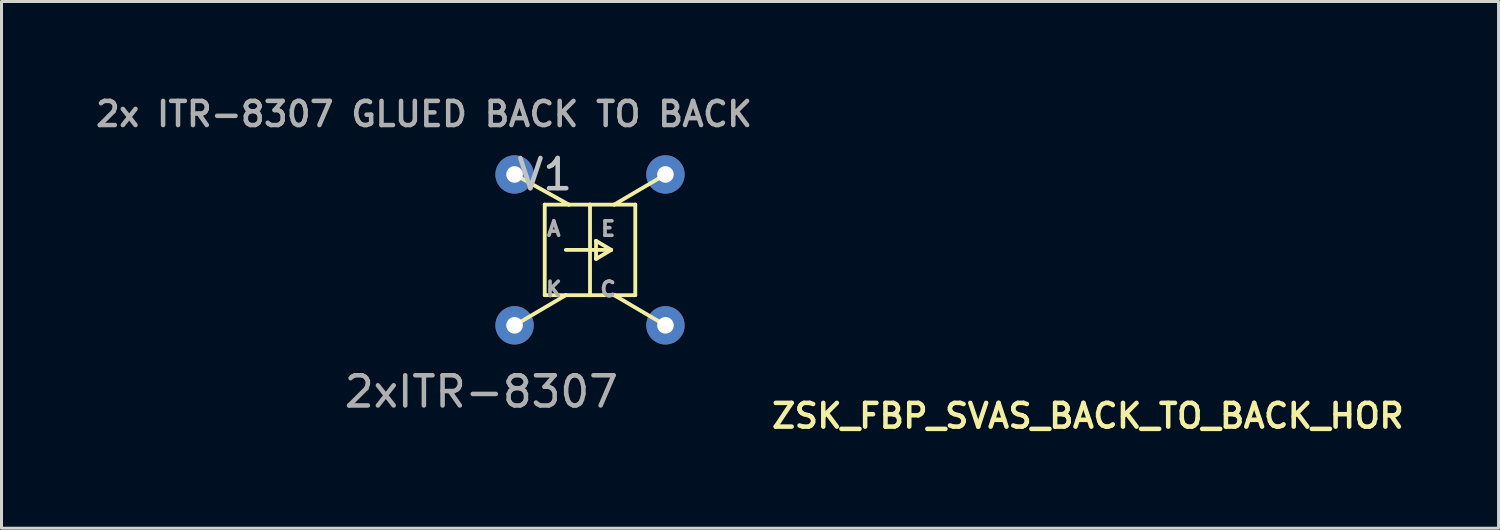
<source format=kicad_pcb>
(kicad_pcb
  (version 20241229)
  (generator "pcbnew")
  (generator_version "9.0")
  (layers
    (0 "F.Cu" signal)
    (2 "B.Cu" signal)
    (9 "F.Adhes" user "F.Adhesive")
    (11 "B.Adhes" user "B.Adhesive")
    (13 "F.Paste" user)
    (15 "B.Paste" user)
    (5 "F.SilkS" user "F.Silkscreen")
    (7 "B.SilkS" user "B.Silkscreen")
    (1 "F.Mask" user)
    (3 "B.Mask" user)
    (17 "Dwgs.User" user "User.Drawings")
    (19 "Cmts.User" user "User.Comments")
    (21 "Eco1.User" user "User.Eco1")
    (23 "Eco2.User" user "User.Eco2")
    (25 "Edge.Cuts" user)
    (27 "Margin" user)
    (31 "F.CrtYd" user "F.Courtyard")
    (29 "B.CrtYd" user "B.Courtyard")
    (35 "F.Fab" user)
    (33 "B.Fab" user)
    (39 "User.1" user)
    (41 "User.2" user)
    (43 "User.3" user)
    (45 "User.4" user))
  (footprint "ZSK_FBP_SVAS_BACK_TO_BACK_HOR"
    (layer "F.Cu")
    (at 33.002 10.731)
    (property "Reference" "ZSK_FBP_SVAS_BACK_TO_BACK_HOR" (at 0 0 0) (layer "F.SilkS") (effects (font (size 0.787 0.787) (thickness 0.15))))
    (attr through_hole)
    (fp_line (start -18 -7) (end -18 -4) (stroke (width 0.127) (type solid)) (layer "F.SilkS"))
    (fp_line (start -18 -4) (end -17.3 -4) (stroke (width 0.127) (type solid)) (layer "F.SilkS"))
    (fp_line (start -17.3 -5.5) (end -15.8 -5.5) (stroke (width 0.127) (type solid)) (layer "F.SilkS"))
    (fp_line (start -17.3 -4) (end -19 -3) (stroke (width 0.127) (type solid)) (layer "F.SilkS"))
    (fp_line (start -17.3 -4) (end -16.5 -4) (stroke (width 0.127) (type solid)) (layer "F.SilkS"))
    (fp_line (start -17.2 -7) (end -19 -8) (stroke (width 0.127) (type solid)) (layer "F.SilkS"))
    (fp_line (start -17.2 -7) (end -18 -7) (stroke (width 0.127) (type solid)) (layer "F.SilkS"))
    (fp_line (start -16.5 -7) (end -17.2 -7) (stroke (width 0.127) (type solid)) (layer "F.SilkS"))
    (fp_line (start -16.5 -7) (end -16.5 -4) (stroke (width 0.127) (type solid)) (layer "F.SilkS"))
    (fp_line (start -16.5 -4) (end -15.7 -4) (stroke (width 0.127) (type solid)) (layer "F.SilkS"))
    (fp_line (start -16.3 -5.8) (end -16.3 -5.2) (stroke (width 0.127) (type solid)) (layer "F.SilkS"))
    (fp_line (start -16.3 -5.2) (end -15.8 -5.5) (stroke (width 0.127) (type solid)) (layer "F.SilkS"))
    (fp_line (start -15.8 -5.5) (end -16.3 -5.8) (stroke (width 0.127) (type solid)) (layer "F.SilkS"))
    (fp_line (start -15.7 -7) (end -16.5 -7) (stroke (width 0.127) (type solid)) (layer "F.SilkS"))
    (fp_line (start -15.7 -7) (end -14 -8) (stroke (width 0.127) (type solid)) (layer "F.SilkS"))
    (fp_line (start -15.7 -4) (end -15 -4) (stroke (width 0.127) (type solid)) (layer "F.SilkS"))
    (fp_line (start -15.7 -4) (end -14 -3) (stroke (width 0.127) (type solid)) (layer "F.SilkS"))
    (fp_line (start -15 -7) (end -15.7 -7) (stroke (width 0.127) (type solid)) (layer "F.SilkS"))
    (fp_line (start -15 -4) (end -15 -7) (stroke (width 0.127) (type solid)) (layer "F.SilkS"))
    (fp_text user "V1" (at -18 -8 0) (layer "Dwgs.User") (effects (font (size 1 1) (thickness 0.15))))
    (fp_text user "K" (at -17.7 -4.2 0) (layer "F.Fab") (effects (font (size 0.48 0.48) (thickness 0.15))))
    (fp_text user "A" (at -17.7 -6.2 0) (layer "F.Fab") (effects (font (size 0.48 0.48) (thickness 0.15))))
    (fp_text user "C" (at -15.9 -4.2 0) (layer "F.Fab") (effects (font (size 0.48 0.48) (thickness 0.15))))
    (fp_text user "E" (at -15.9 -6.2 0) (layer "F.Fab") (effects (font (size 0.48 0.48) (thickness 0.15))))
    (fp_text user "2xITR-8307" (at -20.1 -0.8 0) (layer "F.Fab") (effects (font (size 1 1) (thickness 0.15))))
    (fp_text user "2x ITR-8307 GLUED BACK TO BACK" (at -22 -10 0) (layer "F.Fab") (effects (font (size 0.8 0.8) (thickness 0.15))))
    (pad "A" thru_hole circle (at -19 -8) (size 1.27 1.27) (drill 0.55) (layers "*.Cu" "*.Mask"))
    (pad "C" thru_hole circle (at -14 -3) (size 1.27 1.27) (drill 0.55) (layers "*.Cu" "*.Mask"))
    (pad "E" thru_hole circle (at -14 -8) (size 1.27 1.27) (drill 0.55) (layers "*.Cu" "*.Mask"))
    (pad "K" thru_hole circle (at -19 -3) (size 1.27 1.27) (drill 0.55) (layers "*.Cu" "*.Mask")))
  (gr_rect
    (start -3 -3)
    (end 46.61 14.455)
    (stroke (width 0.1) (type default))
    (fill no)
    (layer "Edge.Cuts")))
</source>
